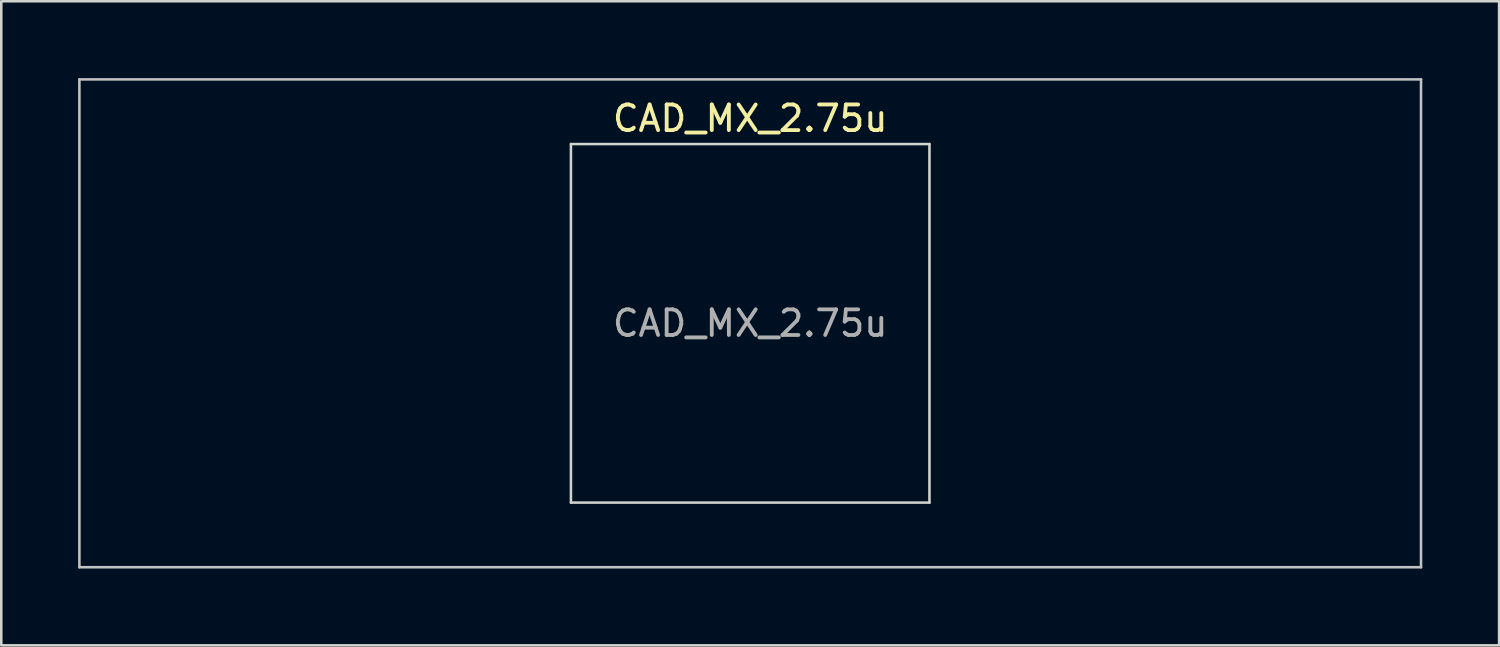
<source format=kicad_pcb>
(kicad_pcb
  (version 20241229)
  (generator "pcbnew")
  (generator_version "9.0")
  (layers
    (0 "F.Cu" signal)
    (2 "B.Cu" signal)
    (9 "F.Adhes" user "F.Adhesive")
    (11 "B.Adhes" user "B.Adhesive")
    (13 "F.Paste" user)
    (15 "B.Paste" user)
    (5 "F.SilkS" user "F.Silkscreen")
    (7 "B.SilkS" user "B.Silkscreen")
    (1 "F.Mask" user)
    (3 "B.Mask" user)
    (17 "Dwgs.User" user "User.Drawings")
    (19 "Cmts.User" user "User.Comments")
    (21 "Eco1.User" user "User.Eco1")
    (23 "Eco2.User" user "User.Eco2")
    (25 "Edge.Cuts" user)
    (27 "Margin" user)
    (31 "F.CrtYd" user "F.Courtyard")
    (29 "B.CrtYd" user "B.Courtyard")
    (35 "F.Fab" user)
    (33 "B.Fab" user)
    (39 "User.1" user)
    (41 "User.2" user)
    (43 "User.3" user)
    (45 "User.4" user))
  (footprint "CAD_MX_2.75u"
    (layer "F.Cu")
    (at 26.244 9.575)
    (property "Reference" "CAD_MX_2.75u" (at 0 -8 0) (layer "F.SilkS") (effects (font (size 1 1) (thickness 0.15))))
    (attr through_hole)
    (fp_line (start -26.194 -9.525) (end -26.194 9.525) (stroke (width 0.1) (type solid)) (layer "Dwgs.User"))
    (fp_line (start -26.194 9.525) (end 26.194 9.525) (stroke (width 0.1) (type solid)) (layer "Dwgs.User"))
    (fp_line (start 26.194 -9.525) (end -26.194 -9.525) (stroke (width 0.1) (type solid)) (layer "Dwgs.User"))
    (fp_line (start 26.194 9.525) (end 26.194 -9.525) (stroke (width 0.1) (type solid)) (layer "Dwgs.User"))
    (fp_line (start -7 -7) (end -7 7) (stroke (width 0.1) (type solid)) (layer "Edge.Cuts"))
    (fp_line (start -7 7) (end 7 7) (stroke (width 0.1) (type solid)) (layer "Edge.Cuts"))
    (fp_line (start 7 -7) (end -7 -7) (stroke (width 0.1) (type solid)) (layer "Edge.Cuts"))
    (fp_line (start 7 7) (end 7 -7) (stroke (width 0.1) (type solid)) (layer "Edge.Cuts"))
    (fp_text user "${REFERENCE}" (at 0 0 0) (layer "F.Fab") (effects (font (size 1 1) (thickness 0.15)))))
  (gr_rect
    (start -3 -3)
    (end 55.487 22.15)
    (stroke (width 0.1) (type default))
    (fill no)
    (layer "Edge.Cuts")))
</source>
